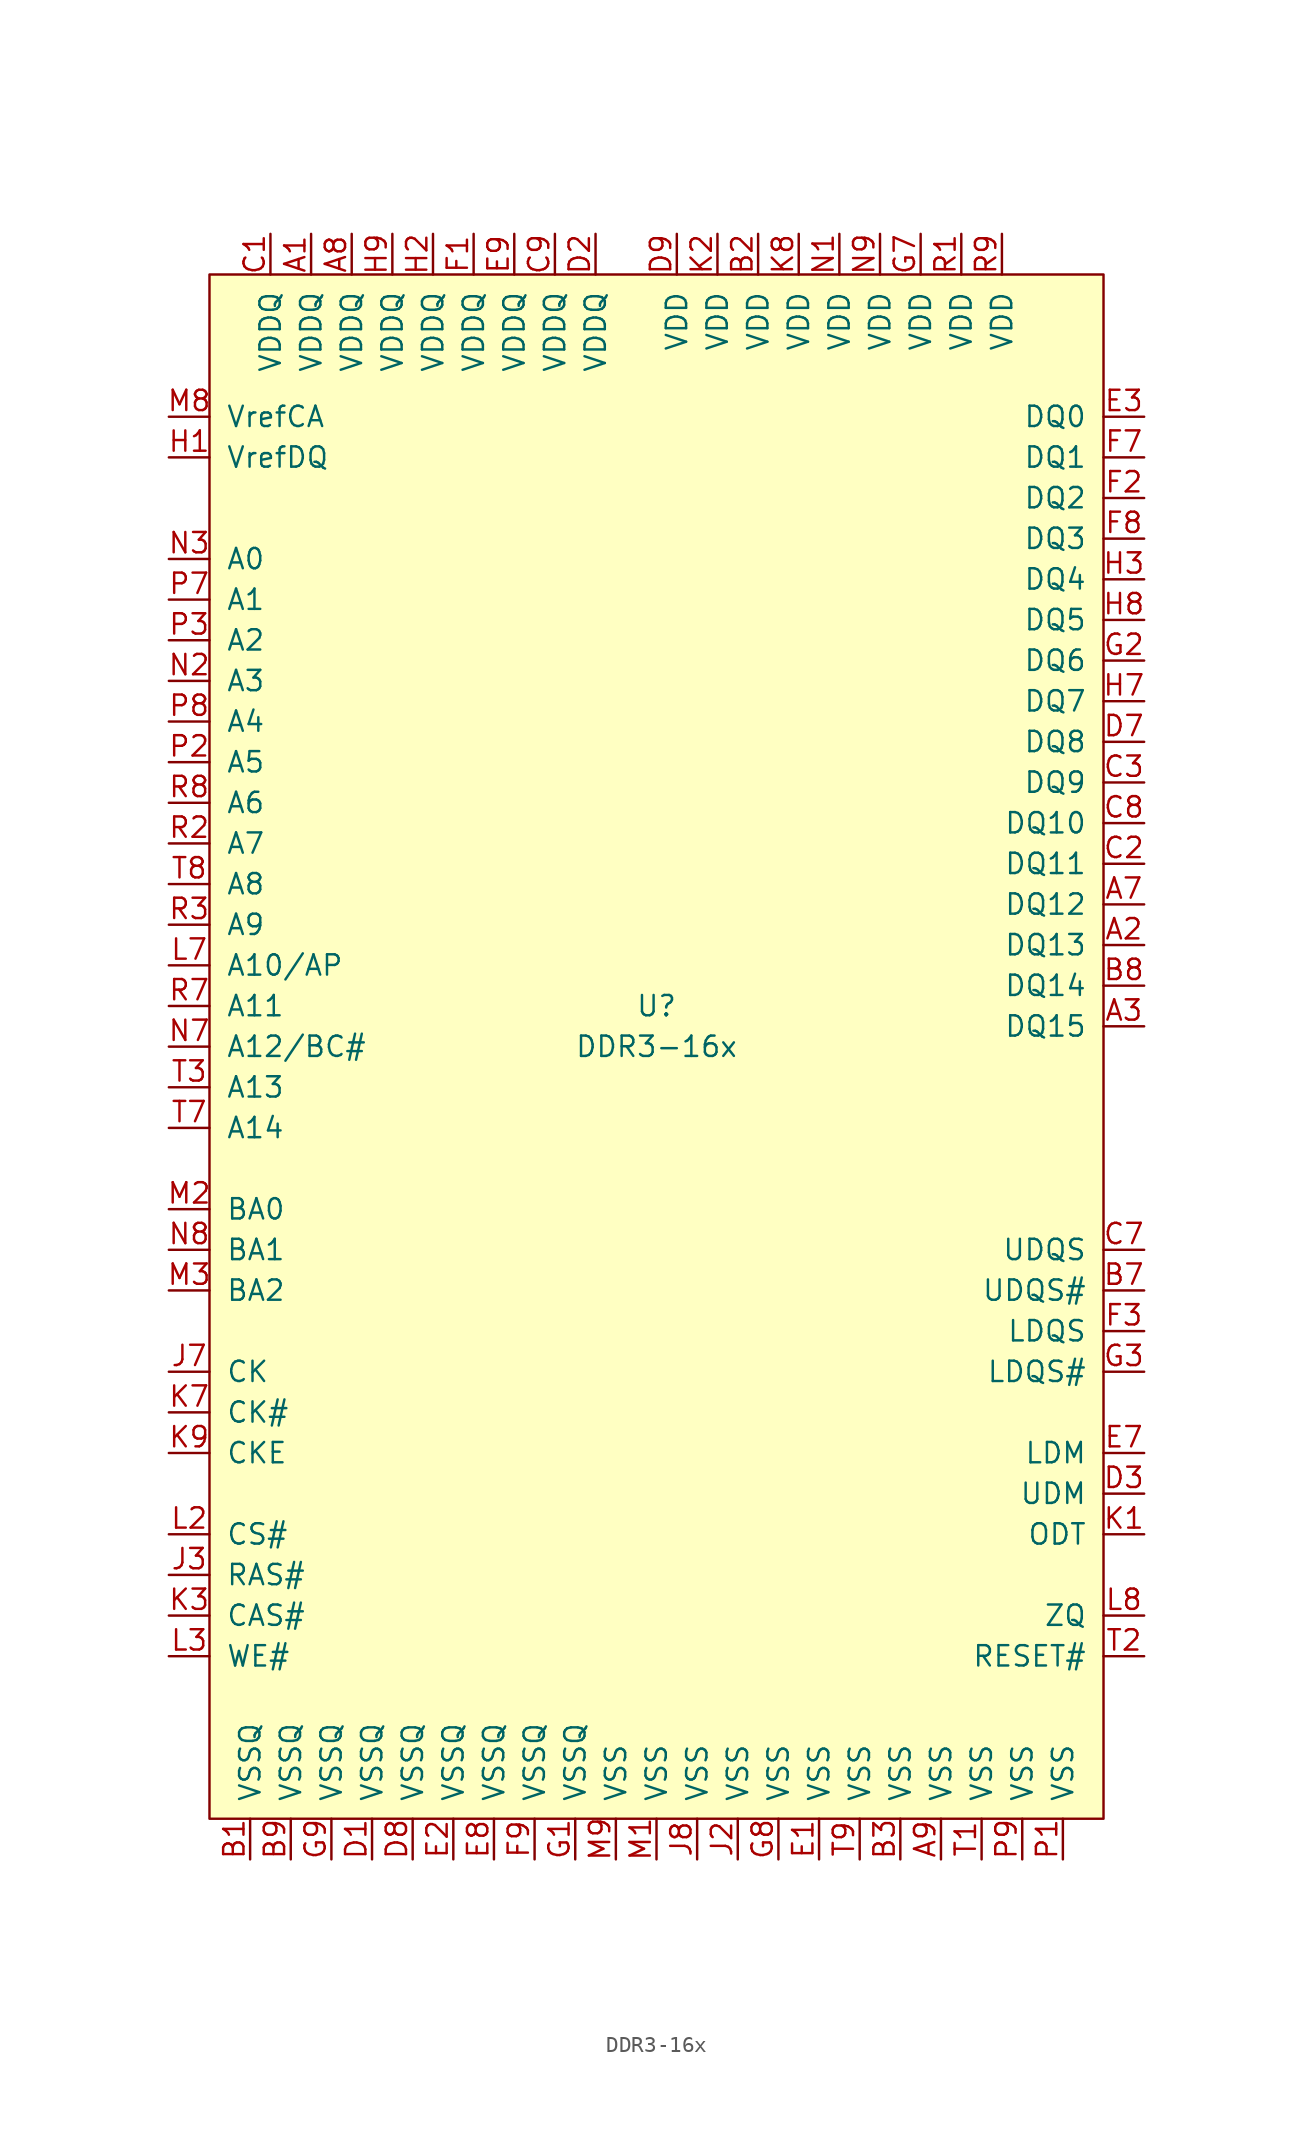
<source format=kicad_sym>
(kicad_symbol_lib
  (version 20211014)
  (generator kicad_symbol_editor)
  (symbol "DDR3-16x"
    (pin_names
      (offset 1.016))
    (property "Reference" "U"
      (at 27.94 -45.72 0)
      (effects (font (size 1.27 1.27))))
    (property "Value" "DDR3-16x"
      (at 27.94 -48.26 0)
      (effects (font (size 1.27 1.27))))
    (symbol "DDR3-16x_0_1"
      (rectangle (start 0 0) (end 55.88 -96.52) (stroke (width 0) (type default) (color 0 0 0 0)) (fill (type background))))
    (symbol "DDR3-16x_1_1"
      (pin power_in line (at 6.35 2.54 270) (length 2.54) (name "VDDQ" (effects (font (size 1.27 1.27)))) (number "A1" (effects (font (size 1.27 1.27)))))
      (pin bidirectional line (at 58.42 -41.91 180) (length 2.54) (name "DQ13" (effects (font (size 1.27 1.27)))) (number "A2" (effects (font (size 1.27 1.27)))))
      (pin bidirectional line (at 58.42 -46.99 180) (length 2.54) (name "DQ15" (effects (font (size 1.27 1.27)))) (number "A3" (effects (font (size 1.27 1.27)))))
      (pin bidirectional line (at 58.42 -39.37 180) (length 2.54) (name "DQ12" (effects (font (size 1.27 1.27)))) (number "A7" (effects (font (size 1.27 1.27)))))
      (pin power_in line (at 8.89 2.54 270) (length 2.54) (name "VDDQ" (effects (font (size 1.27 1.27)))) (number "A8" (effects (font (size 1.27 1.27)))))
      (pin power_in line (at 45.72 -99.06 90) (length 2.54) (name "VSS" (effects (font (size 1.27 1.27)))) (number "A9" (effects (font (size 1.27 1.27)))))
      (pin power_in line (at 2.54 -99.06 90) (length 2.54) (name "VSSQ" (effects (font (size 1.27 1.27)))) (number "B1" (effects (font (size 1.27 1.27)))))
      (pin power_in line (at 34.29 2.54 270) (length 2.54) (name "VDD" (effects (font (size 1.27 1.27)))) (number "B2" (effects (font (size 1.27 1.27)))))
      (pin power_in line (at 43.18 -99.06 90) (length 2.54) (name "VSS" (effects (font (size 1.27 1.27)))) (number "B3" (effects (font (size 1.27 1.27)))))
      (pin bidirectional line (at 58.42 -63.5 180) (length 2.54) (name "UDQS#" (effects (font (size 1.27 1.27)))) (number "B7" (effects (font (size 1.27 1.27)))))
      (pin bidirectional line (at 58.42 -44.45 180) (length 2.54) (name "DQ14" (effects (font (size 1.27 1.27)))) (number "B8" (effects (font (size 1.27 1.27)))))
      (pin power_in line (at 5.08 -99.06 90) (length 2.54) (name "VSSQ" (effects (font (size 1.27 1.27)))) (number "B9" (effects (font (size 1.27 1.27)))))
      (pin power_in line (at 3.81 2.54 270) (length 2.54) (name "VDDQ" (effects (font (size 1.27 1.27)))) (number "C1" (effects (font (size 1.27 1.27)))))
      (pin bidirectional line (at 58.42 -36.83 180) (length 2.54) (name "DQ11" (effects (font (size 1.27 1.27)))) (number "C2" (effects (font (size 1.27 1.27)))))
      (pin bidirectional line (at 58.42 -31.75 180) (length 2.54) (name "DQ9" (effects (font (size 1.27 1.27)))) (number "C3" (effects (font (size 1.27 1.27)))))
      (pin bidirectional line (at 58.42 -60.96 180) (length 2.54) (name "UDQS" (effects (font (size 1.27 1.27)))) (number "C7" (effects (font (size 1.27 1.27)))))
      (pin bidirectional line (at 58.42 -34.29 180) (length 2.54) (name "DQ10" (effects (font (size 1.27 1.27)))) (number "C8" (effects (font (size 1.27 1.27)))))
      (pin power_in line (at 21.59 2.54 270) (length 2.54) (name "VDDQ" (effects (font (size 1.27 1.27)))) (number "C9" (effects (font (size 1.27 1.27)))))
      (pin power_in line (at 10.16 -99.06 90) (length 2.54) (name "VSSQ" (effects (font (size 1.27 1.27)))) (number "D1" (effects (font (size 1.27 1.27)))))
      (pin power_in line (at 24.13 2.54 270) (length 2.54) (name "VDDQ" (effects (font (size 1.27 1.27)))) (number "D2" (effects (font (size 1.27 1.27)))))
      (pin input line (at 58.42 -76.2 180) (length 2.54) (name "UDM" (effects (font (size 1.27 1.27)))) (number "D3" (effects (font (size 1.27 1.27)))))
      (pin bidirectional line (at 58.42 -29.21 180) (length 2.54) (name "DQ8" (effects (font (size 1.27 1.27)))) (number "D7" (effects (font (size 1.27 1.27)))))
      (pin power_in line (at 12.7 -99.06 90) (length 2.54) (name "VSSQ" (effects (font (size 1.27 1.27)))) (number "D8" (effects (font (size 1.27 1.27)))))
      (pin power_in line (at 29.21 2.54 270) (length 2.54) (name "VDD" (effects (font (size 1.27 1.27)))) (number "D9" (effects (font (size 1.27 1.27)))))
      (pin power_in line (at 38.1 -99.06 90) (length 2.54) (name "VSS" (effects (font (size 1.27 1.27)))) (number "E1" (effects (font (size 1.27 1.27)))))
      (pin power_in line (at 15.24 -99.06 90) (length 2.54) (name "VSSQ" (effects (font (size 1.27 1.27)))) (number "E2" (effects (font (size 1.27 1.27)))))
      (pin bidirectional line (at 58.42 -8.89 180) (length 2.54) (name "DQ0" (effects (font (size 1.27 1.27)))) (number "E3" (effects (font (size 1.27 1.27)))))
      (pin input line (at 58.42 -73.66 180) (length 2.54) (name "LDM" (effects (font (size 1.27 1.27)))) (number "E7" (effects (font (size 1.27 1.27)))))
      (pin power_in line (at 17.78 -99.06 90) (length 2.54) (name "VSSQ" (effects (font (size 1.27 1.27)))) (number "E8" (effects (font (size 1.27 1.27)))))
      (pin power_in line (at 19.05 2.54 270) (length 2.54) (name "VDDQ" (effects (font (size 1.27 1.27)))) (number "E9" (effects (font (size 1.27 1.27)))))
      (pin power_in line (at 16.51 2.54 270) (length 2.54) (name "VDDQ" (effects (font (size 1.27 1.27)))) (number "F1" (effects (font (size 1.27 1.27)))))
      (pin bidirectional line (at 58.42 -13.97 180) (length 2.54) (name "DQ2" (effects (font (size 1.27 1.27)))) (number "F2" (effects (font (size 1.27 1.27)))))
      (pin bidirectional line (at 58.42 -66.04 180) (length 2.54) (name "LDQS" (effects (font (size 1.27 1.27)))) (number "F3" (effects (font (size 1.27 1.27)))))
      (pin bidirectional line (at 58.42 -11.43 180) (length 2.54) (name "DQ1" (effects (font (size 1.27 1.27)))) (number "F7" (effects (font (size 1.27 1.27)))))
      (pin bidirectional line (at 58.42 -16.51 180) (length 2.54) (name "DQ3" (effects (font (size 1.27 1.27)))) (number "F8" (effects (font (size 1.27 1.27)))))
      (pin power_in line (at 20.32 -99.06 90) (length 2.54) (name "VSSQ" (effects (font (size 1.27 1.27)))) (number "F9" (effects (font (size 1.27 1.27)))))
      (pin power_in line (at 22.86 -99.06 90) (length 2.54) (name "VSSQ" (effects (font (size 1.27 1.27)))) (number "G1" (effects (font (size 1.27 1.27)))))
      (pin bidirectional line (at 58.42 -24.13 180) (length 2.54) (name "DQ6" (effects (font (size 1.27 1.27)))) (number "G2" (effects (font (size 1.27 1.27)))))
      (pin bidirectional line (at 58.42 -68.58 180) (length 2.54) (name "LDQS#" (effects (font (size 1.27 1.27)))) (number "G3" (effects (font (size 1.27 1.27)))))
      (pin power_in line (at 44.45 2.54 270) (length 2.54) (name "VDD" (effects (font (size 1.27 1.27)))) (number "G7" (effects (font (size 1.27 1.27)))))
      (pin power_in line (at 35.56 -99.06 90) (length 2.54) (name "VSS" (effects (font (size 1.27 1.27)))) (number "G8" (effects (font (size 1.27 1.27)))))
      (pin power_in line (at 7.62 -99.06 90) (length 2.54) (name "VSSQ" (effects (font (size 1.27 1.27)))) (number "G9" (effects (font (size 1.27 1.27)))))
      (pin passive line (at -2.54 -11.43 0) (length 2.54) (name "VrefDQ" (effects (font (size 1.27 1.27)))) (number "H1" (effects (font (size 1.27 1.27)))))
      (pin power_in line (at 13.97 2.54 270) (length 2.54) (name "VDDQ" (effects (font (size 1.27 1.27)))) (number "H2" (effects (font (size 1.27 1.27)))))
      (pin bidirectional line (at 58.42 -19.05 180) (length 2.54) (name "DQ4" (effects (font (size 1.27 1.27)))) (number "H3" (effects (font (size 1.27 1.27)))))
      (pin bidirectional line (at 58.42 -26.67 180) (length 2.54) (name "DQ7" (effects (font (size 1.27 1.27)))) (number "H7" (effects (font (size 1.27 1.27)))))
      (pin bidirectional line (at 58.42 -21.59 180) (length 2.54) (name "DQ5" (effects (font (size 1.27 1.27)))) (number "H8" (effects (font (size 1.27 1.27)))))
      (pin power_in line (at 11.43 2.54 270) (length 2.54) (name "VDDQ" (effects (font (size 1.27 1.27)))) (number "H9" (effects (font (size 1.27 1.27)))))
      (pin power_in line (at 33.02 -99.06 90) (length 2.54) (name "VSS" (effects (font (size 1.27 1.27)))) (number "J2" (effects (font (size 1.27 1.27)))))
      (pin input line (at -2.54 -81.28 0) (length 2.54) (name "RAS#" (effects (font (size 1.27 1.27)))) (number "J3" (effects (font (size 1.27 1.27)))))
      (pin input line (at -2.54 -68.58 0) (length 2.54) (name "CK" (effects (font (size 1.27 1.27)))) (number "J7" (effects (font (size 1.27 1.27)))))
      (pin power_in line (at 30.48 -99.06 90) (length 2.54) (name "VSS" (effects (font (size 1.27 1.27)))) (number "J8" (effects (font (size 1.27 1.27)))))
      (pin input line (at 58.42 -78.74 180) (length 2.54) (name "ODT" (effects (font (size 1.27 1.27)))) (number "K1" (effects (font (size 1.27 1.27)))))
      (pin power_in line (at 31.75 2.54 270) (length 2.54) (name "VDD" (effects (font (size 1.27 1.27)))) (number "K2" (effects (font (size 1.27 1.27)))))
      (pin input line (at -2.54 -83.82 0) (length 2.54) (name "CAS#" (effects (font (size 1.27 1.27)))) (number "K3" (effects (font (size 1.27 1.27)))))
      (pin input line (at -2.54 -71.12 0) (length 2.54) (name "CK#" (effects (font (size 1.27 1.27)))) (number "K7" (effects (font (size 1.27 1.27)))))
      (pin power_in line (at 36.83 2.54 270) (length 2.54) (name "VDD" (effects (font (size 1.27 1.27)))) (number "K8" (effects (font (size 1.27 1.27)))))
      (pin input line (at -2.54 -73.66 0) (length 2.54) (name "CKE" (effects (font (size 1.27 1.27)))) (number "K9" (effects (font (size 1.27 1.27)))))
      (pin input line (at -2.54 -78.74 0) (length 2.54) (name "CS#" (effects (font (size 1.27 1.27)))) (number "L2" (effects (font (size 1.27 1.27)))))
      (pin input line (at -2.54 -86.36 0) (length 2.54) (name "WE#" (effects (font (size 1.27 1.27)))) (number "L3" (effects (font (size 1.27 1.27)))))
      (pin input line (at -2.54 -43.18 0) (length 2.54) (name "A10/AP" (effects (font (size 1.27 1.27)))) (number "L7" (effects (font (size 1.27 1.27)))))
      (pin passive line (at 58.42 -83.82 180) (length 2.54) (name "ZQ" (effects (font (size 1.27 1.27)))) (number "L8" (effects (font (size 1.27 1.27)))))
      (pin power_in line (at 27.94 -99.06 90) (length 2.54) (name "VSS" (effects (font (size 1.27 1.27)))) (number "M1" (effects (font (size 1.27 1.27)))))
      (pin input line (at -2.54 -58.42 0) (length 2.54) (name "BA0" (effects (font (size 1.27 1.27)))) (number "M2" (effects (font (size 1.27 1.27)))))
      (pin input line (at -2.54 -63.5 0) (length 2.54) (name "BA2" (effects (font (size 1.27 1.27)))) (number "M3" (effects (font (size 1.27 1.27)))))
      (pin passive line (at -2.54 -8.89 0) (length 2.54) (name "VrefCA" (effects (font (size 1.27 1.27)))) (number "M8" (effects (font (size 1.27 1.27)))))
      (pin power_in line (at 25.4 -99.06 90) (length 2.54) (name "VSS" (effects (font (size 1.27 1.27)))) (number "M9" (effects (font (size 1.27 1.27)))))
      (pin power_in line (at 39.37 2.54 270) (length 2.54) (name "VDD" (effects (font (size 1.27 1.27)))) (number "N1" (effects (font (size 1.27 1.27)))))
      (pin input line (at -2.54 -25.4 0) (length 2.54) (name "A3" (effects (font (size 1.27 1.27)))) (number "N2" (effects (font (size 1.27 1.27)))))
      (pin input line (at -2.54 -17.78 0) (length 2.54) (name "A0" (effects (font (size 1.27 1.27)))) (number "N3" (effects (font (size 1.27 1.27)))))
      (pin input line (at -2.54 -48.26 0) (length 2.54) (name "A12/BC#" (effects (font (size 1.27 1.27)))) (number "N7" (effects (font (size 1.27 1.27)))))
      (pin input line (at -2.54 -60.96 0) (length 2.54) (name "BA1" (effects (font (size 1.27 1.27)))) (number "N8" (effects (font (size 1.27 1.27)))))
      (pin power_in line (at 41.91 2.54 270) (length 2.54) (name "VDD" (effects (font (size 1.27 1.27)))) (number "N9" (effects (font (size 1.27 1.27)))))
      (pin power_in line (at 53.34 -99.06 90) (length 2.54) (name "VSS" (effects (font (size 1.27 1.27)))) (number "P1" (effects (font (size 1.27 1.27)))))
      (pin input line (at -2.54 -30.48 0) (length 2.54) (name "A5" (effects (font (size 1.27 1.27)))) (number "P2" (effects (font (size 1.27 1.27)))))
      (pin input line (at -2.54 -22.86 0) (length 2.54) (name "A2" (effects (font (size 1.27 1.27)))) (number "P3" (effects (font (size 1.27 1.27)))))
      (pin input line (at -2.54 -20.32 0) (length 2.54) (name "A1" (effects (font (size 1.27 1.27)))) (number "P7" (effects (font (size 1.27 1.27)))))
      (pin input line (at -2.54 -27.94 0) (length 2.54) (name "A4" (effects (font (size 1.27 1.27)))) (number "P8" (effects (font (size 1.27 1.27)))))
      (pin power_in line (at 50.8 -99.06 90) (length 2.54) (name "VSS" (effects (font (size 1.27 1.27)))) (number "P9" (effects (font (size 1.27 1.27)))))
      (pin power_in line (at 46.99 2.54 270) (length 2.54) (name "VDD" (effects (font (size 1.27 1.27)))) (number "R1" (effects (font (size 1.27 1.27)))))
      (pin input line (at -2.54 -35.56 0) (length 2.54) (name "A7" (effects (font (size 1.27 1.27)))) (number "R2" (effects (font (size 1.27 1.27)))))
      (pin input line (at -2.54 -40.64 0) (length 2.54) (name "A9" (effects (font (size 1.27 1.27)))) (number "R3" (effects (font (size 1.27 1.27)))))
      (pin input line (at -2.54 -45.72 0) (length 2.54) (name "A11" (effects (font (size 1.27 1.27)))) (number "R7" (effects (font (size 1.27 1.27)))))
      (pin input line (at -2.54 -33.02 0) (length 2.54) (name "A6" (effects (font (size 1.27 1.27)))) (number "R8" (effects (font (size 1.27 1.27)))))
      (pin power_in line (at 49.53 2.54 270) (length 2.54) (name "VDD" (effects (font (size 1.27 1.27)))) (number "R9" (effects (font (size 1.27 1.27)))))
      (pin power_in line (at 48.26 -99.06 90) (length 2.54) (name "VSS" (effects (font (size 1.27 1.27)))) (number "T1" (effects (font (size 1.27 1.27)))))
      (pin input line (at 58.42 -86.36 180) (length 2.54) (name "RESET#" (effects (font (size 1.27 1.27)))) (number "T2" (effects (font (size 1.27 1.27)))))
      (pin input line (at -2.54 -50.8 0) (length 2.54) (name "A13" (effects (font (size 1.27 1.27)))) (number "T3" (effects (font (size 1.27 1.27)))))
      (pin input line (at -2.54 -53.34 0) (length 2.54) (name "A14" (effects (font (size 1.27 1.27)))) (number "T7" (effects (font (size 1.27 1.27)))))
      (pin input line (at -2.54 -38.1 0) (length 2.54) (name "A8" (effects (font (size 1.27 1.27)))) (number "T8" (effects (font (size 1.27 1.27)))))
      (pin power_in line (at 40.64 -99.06 90) (length 2.54) (name "VSS" (effects (font (size 1.27 1.27)))) (number "T9" (effects (font (size 1.27 1.27))))))))
</source>
